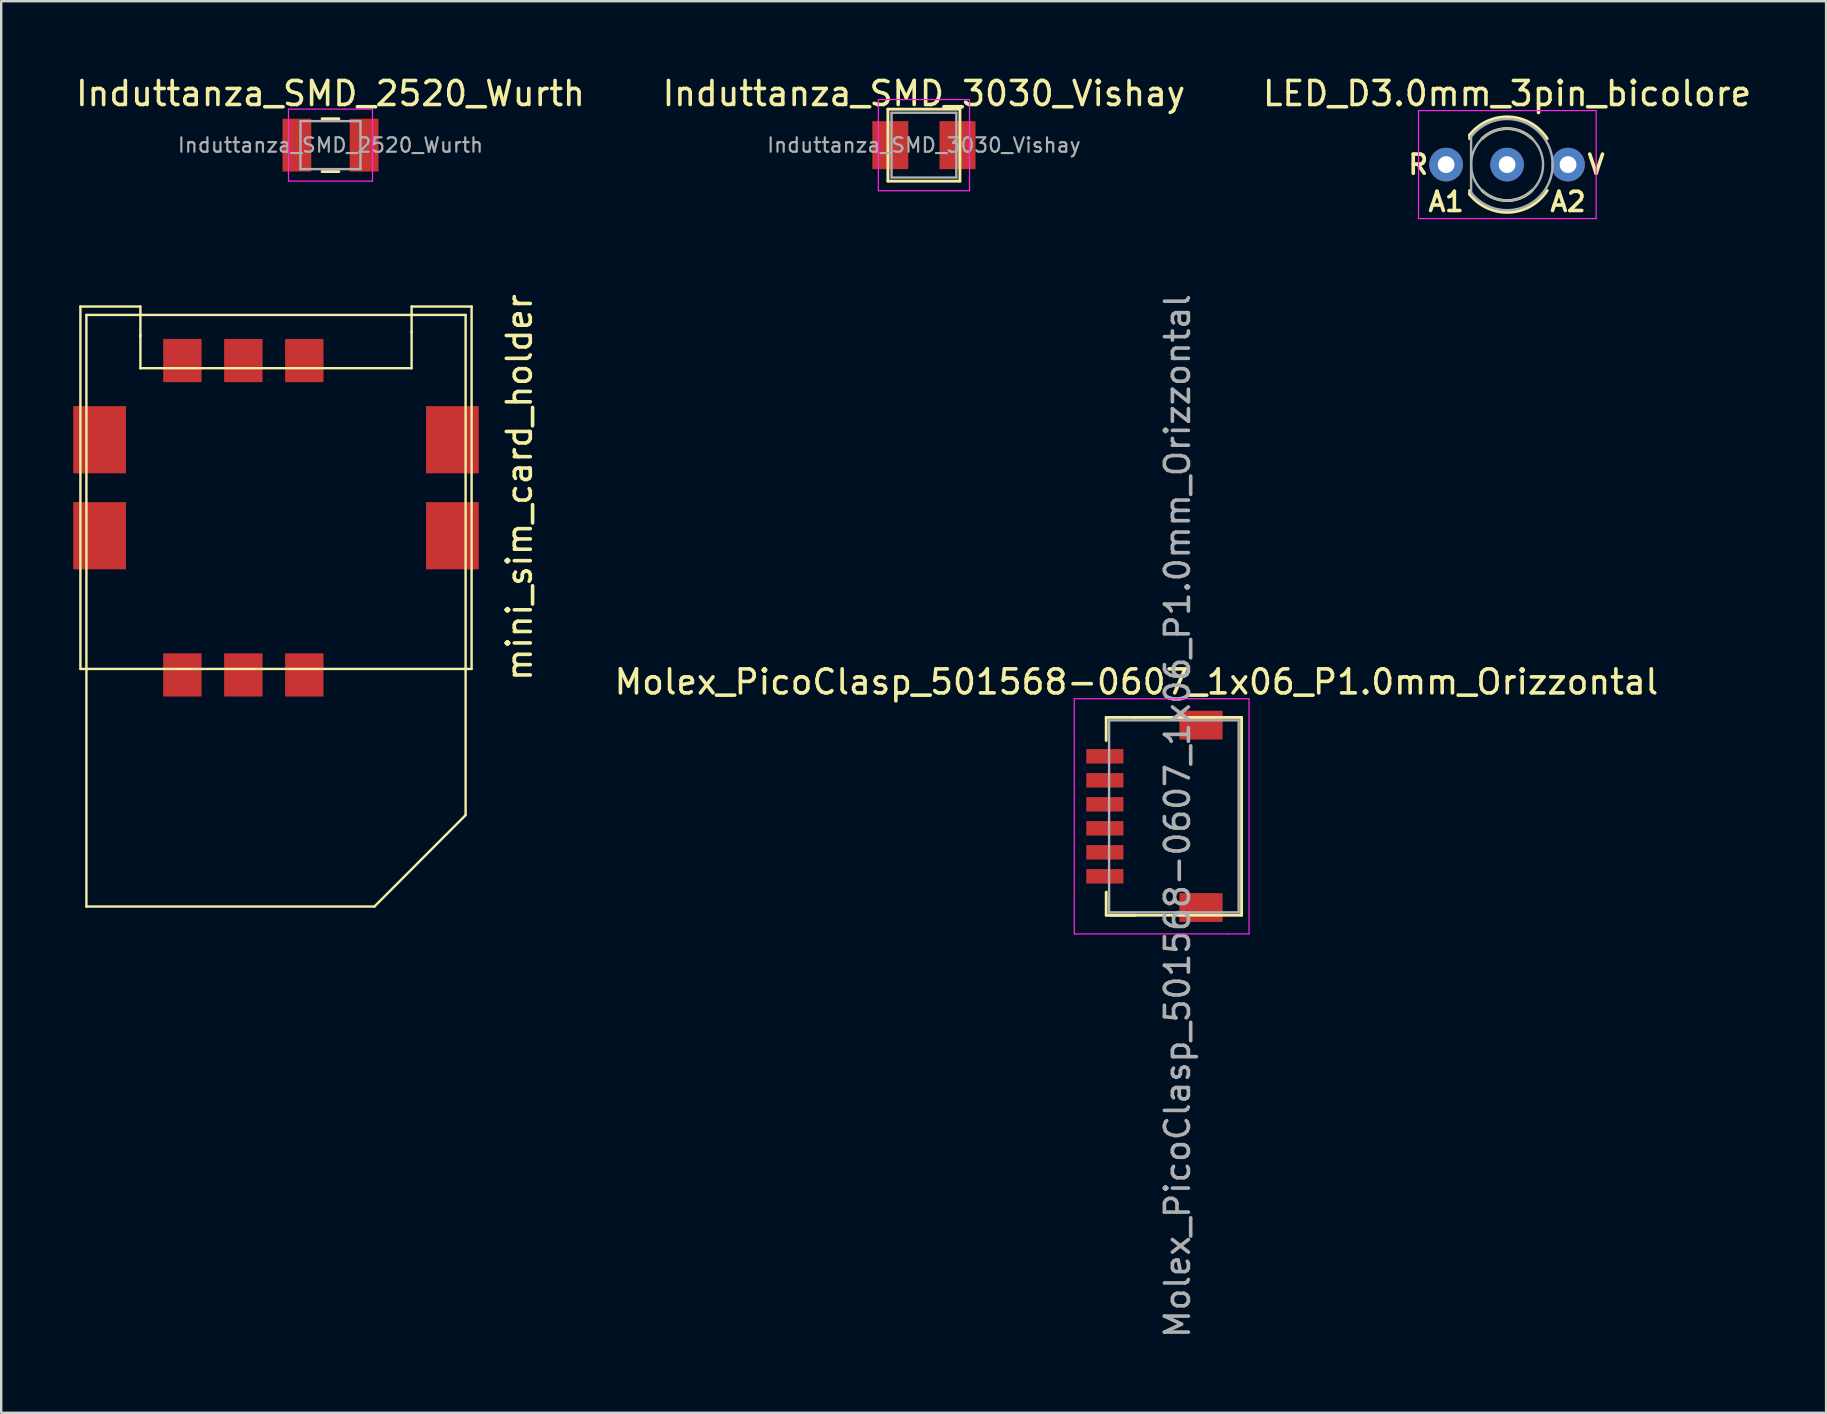
<source format=kicad_pcb>
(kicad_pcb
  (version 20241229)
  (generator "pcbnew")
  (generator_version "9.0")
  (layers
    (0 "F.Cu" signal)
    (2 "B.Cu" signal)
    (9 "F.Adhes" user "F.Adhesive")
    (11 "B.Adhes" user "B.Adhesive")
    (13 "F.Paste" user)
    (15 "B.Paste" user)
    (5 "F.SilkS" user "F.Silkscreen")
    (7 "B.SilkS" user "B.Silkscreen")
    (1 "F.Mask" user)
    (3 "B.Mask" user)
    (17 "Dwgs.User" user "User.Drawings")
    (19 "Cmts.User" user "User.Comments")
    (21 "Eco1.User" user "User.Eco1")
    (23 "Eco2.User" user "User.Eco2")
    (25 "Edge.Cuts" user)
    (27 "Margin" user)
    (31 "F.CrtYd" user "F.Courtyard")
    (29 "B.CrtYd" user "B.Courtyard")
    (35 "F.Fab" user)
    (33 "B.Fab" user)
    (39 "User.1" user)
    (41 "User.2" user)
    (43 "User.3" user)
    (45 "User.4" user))
  (footprint "Molex_PicoClasp_501568-0607_1x06_P1.0mm_Orizzontal"
    (layer "F.Cu")
    (at 42.991 30.963)
    (property "Reference" "Molex_PicoClasp_501568-0607_1x06_P1.0mm_Orizzontal" (at 1.31 -5.6 0) (layer "F.SilkS") (effects (font (size 1 1) (thickness 0.15))))
    (attr smd)
    (fp_line (start 0.05 -4.12) (end 1.26 -4.12) (stroke (width 0.12) (type solid)) (layer "F.SilkS"))
    (fp_line (start 0.05 -3.16) (end 0.05 -4.12) (stroke (width 0.12) (type solid)) (layer "F.SilkS"))
    (fp_line (start 0.05 3.16) (end 0.05 4.12) (stroke (width 0.12) (type solid)) (layer "F.SilkS"))
    (fp_line (start 0.05 4.12) (end 1.26 4.12) (stroke (width 0.12) (type solid)) (layer "F.SilkS"))
    (fp_line (start 1.26 -4.12) (end 5.67 -4.12) (stroke (width 0.12) (type solid)) (layer "F.SilkS"))
    (fp_line (start 5.67 -4.12) (end 5.69 -4.12) (stroke (width 0.12) (type solid)) (layer "F.SilkS"))
    (fp_line (start 5.69 -4.12) (end 5.69 4.07) (stroke (width 0.12) (type solid)) (layer "F.SilkS"))
    (fp_line (start 5.69 4.07) (end 5.69 4.11) (stroke (width 0.12) (type solid)) (layer "F.SilkS"))
    (fp_line (start 5.69 4.11) (end 5.69 4.12) (stroke (width 0.12) (type solid)) (layer "F.SilkS"))
    (fp_line (start 5.69 4.12) (end 0.19 4.12) (stroke (width 0.12) (type solid)) (layer "F.SilkS"))
    (fp_line (start -1.28 -4.9) (end -1.28 4.9) (stroke (width 0.05) (type solid)) (layer "F.CrtYd"))
    (fp_line (start -1.28 4.9) (end 5.14 4.9) (stroke (width 0.05) (type solid)) (layer "F.CrtYd"))
    (fp_line (start 5.13 4.9) (end 6 4.9) (stroke (width 0.05) (type solid)) (layer "F.CrtYd"))
    (fp_line (start 5.14 -4.9) (end -1.28 -4.9) (stroke (width 0.05) (type solid)) (layer "F.CrtYd"))
    (fp_line (start 5.14 -4.9) (end 6 -4.9) (stroke (width 0.05) (type solid)) (layer "F.CrtYd"))
    (fp_line (start 6 4.9) (end 6 -4.9) (stroke (width 0.05) (type solid)) (layer "F.CrtYd"))
    (fp_line (start 0.17 -4) (end 5.57 -4) (stroke (width 0.1) (type solid)) (layer "F.Fab"))
    (fp_line (start 0.17 4) (end 0.17 -4) (stroke (width 0.1) (type solid)) (layer "F.Fab"))
    (fp_line (start 0.17 4) (end 5.57 4) (stroke (width 0.1) (type solid)) (layer "F.Fab"))
    (fp_line (start 5.57 4) (end 5.57 -4) (stroke (width 0.1) (type solid)) (layer "F.Fab"))
    (fp_text user "${REFERENCE}" (at 3.02 -0.01 90) (layer "F.Fab") (effects (font (size 1 1) (thickness 0.15))))
    (pad "" smd rect (at 4 -3.8) (size 1.8 1.2) (layers "F.Cu" "F.Mask" "F.Paste"))
    (pad "" smd rect (at 4 3.8) (size 1.8 1.2) (layers "F.Cu" "F.Mask" "F.Paste"))
    (pad "1" smd rect (at -0.005 -2.5) (size 1.55 0.6) (layers "F.Cu" "F.Mask" "F.Paste"))
    (pad "2" smd rect (at -0.005 -1.5) (size 1.55 0.6) (layers "F.Cu" "F.Mask" "F.Paste"))
    (pad "3" smd rect (at -0.005 -0.5) (size 1.55 0.6) (layers "F.Cu" "F.Mask" "F.Paste"))
    (pad "4" smd rect (at -0.005 0.5) (size 1.55 0.6) (layers "F.Cu" "F.Mask" "F.Paste"))
    (pad "5" smd rect (at -0.005 1.5) (size 1.55 0.6) (layers "F.Cu" "F.Mask" "F.Paste"))
    (pad "6" smd rect (at -0.005 2.5) (size 1.55 0.6) (layers "F.Cu" "F.Mask" "F.Paste")))
  (footprint "LED_D3.0mm_3pin_bicolore"
    (layer "F.Cu")
    (at 57.204 3.808)
    (property "Reference" "LED_D3.0mm_3pin_bicolore" (at 2.54 -2.96 0) (layer "F.SilkS") (effects (font (size 1 1) (thickness 0.15))))
    (attr through_hole)
    (fp_line (start 0.98 -1.236) (end 0.98 -1.08) (stroke (width 0.12) (type solid)) (layer "F.SilkS"))
    (fp_line (start 0.98 1.08) (end 0.98 1.236) (stroke (width 0.12) (type solid)) (layer "F.SilkS"))
    (fp_arc (start 0.98 -1.235516) (mid 2.636487 -1.987659) (end 4.212335 -1.078608) (stroke (width 0.12) (type solid)) (layer "F.SilkS"))
    (fp_arc (start 1.499039 -1.08) (mid 2.540117 -1.5) (end 3.58113 -1.079837) (stroke (width 0.12) (type solid)) (layer "F.SilkS"))
    (fp_arc (start 3.58113 1.079837) (mid 2.540117 1.5) (end 1.499039 1.08) (stroke (width 0.12) (type solid)) (layer "F.SilkS"))
    (fp_arc (start 4.212335 1.078608) (mid 2.636487 1.987659) (end 0.98 1.235516) (stroke (width 0.12) (type solid)) (layer "F.SilkS"))
    (fp_line (start -1.15 -2.25) (end -1.15 2.25) (stroke (width 0.05) (type solid)) (layer "F.CrtYd"))
    (fp_line (start -1.15 2.25) (end 6.25 2.25) (stroke (width 0.05) (type solid)) (layer "F.CrtYd"))
    (fp_line (start 6.25 -2.25) (end -1.15 -2.25) (stroke (width 0.05) (type solid)) (layer "F.CrtYd"))
    (fp_line (start 6.25 2.25) (end 6.25 -2.25) (stroke (width 0.05) (type solid)) (layer "F.CrtYd"))
    (fp_line (start 1.04 -1.166) (end 1.04 1.166) (stroke (width 0.1) (type solid)) (layer "F.Fab"))
    (fp_arc (start 1.04 -1.16619) (mid 4.44 0.000452) (end 1.039445 1.165476) (stroke (width 0.1) (type solid)) (layer "F.Fab"))
    (fp_circle (center 2.54 0) (end 4.04 0) (stroke (width 0.1) (type solid)) (fill no) (layer "F.Fab"))
    (fp_text user "V" (at 6.25 0 0) (layer "F.SilkS") (effects (font (size 0.8 0.8) (thickness 0.15))))
    (fp_text user "A1" (at 0 1.55 0) (layer "F.SilkS") (effects (font (size 0.8 0.8) (thickness 0.15))))
    (fp_text user "A2" (at 5.08 1.55 0) (layer "F.SilkS") (effects (font (size 0.8 0.8) (thickness 0.15))))
    (fp_text user "R" (at -1.16 0 0) (layer "F.SilkS") (effects (font (size 0.8 0.8) (thickness 0.15))))
    (pad "1" thru_hole oval (at 0 0) (size 1.4 1.4) (drill 0.7) (layers "*.Cu" "*.Mask"))
    (pad "2" thru_hole circle (at 5.08 0) (size 1.4 1.4) (drill 0.7) (layers "*.Cu" "*.Mask"))
    (pad "3" thru_hole circle (at 2.54 0) (size 1.4 1.4) (drill 0.7) (layers "*.Cu" "*.Mask")))
  (footprint "mini_sim_card_holder"
    (layer "F.Cu")
    (at 8.45 17.272)
    (property "Reference" "mini_sim_card_holder" (at 10.14 -0.01 90) (layer "F.SilkS") (effects (font (size 1 1) (thickness 0.15))))
    (attr smd)
    (fp_line (start -8.15 -7.55) (end -8.15 7.55) (stroke (width 0.1) (type solid)) (layer "F.SilkS"))
    (fp_line (start -8.15 -7.55) (end -5.65 -7.55) (stroke (width 0.1) (type solid)) (layer "F.SilkS"))
    (fp_line (start -7.9 -7.2) (end -7.9 17.45) (stroke (width 0.1) (type solid)) (layer "F.SilkS"))
    (fp_line (start -7.9 -7.2) (end 7.9 -7.2) (stroke (width 0.1) (type solid)) (layer "F.SilkS"))
    (fp_line (start -7.9 17.45) (end 4.1 17.45) (stroke (width 0.1) (type solid)) (layer "F.SilkS"))
    (fp_line (start -5.66 -4.98) (end 5.65 -4.98) (stroke (width 0.1) (type solid)) (layer "F.SilkS"))
    (fp_line (start -5.65 -7.55) (end -5.65 -6.3) (stroke (width 0.1) (type solid)) (layer "F.SilkS"))
    (fp_line (start -5.65 -6.36) (end -5.65 -4.98) (stroke (width 0.1) (type solid)) (layer "F.SilkS"))
    (fp_line (start 4.1 17.45) (end 7.9 13.64) (stroke (width 0.1) (type solid)) (layer "F.SilkS"))
    (fp_line (start 5.65 -7.55) (end 5.65 -6.49) (stroke (width 0.1) (type solid)) (layer "F.SilkS"))
    (fp_line (start 5.65 -4.98) (end 5.65 -6.5) (stroke (width 0.1) (type solid)) (layer "F.SilkS"))
    (fp_line (start 7.9 13.64) (end 7.9 -7.2) (stroke (width 0.1) (type solid)) (layer "F.SilkS"))
    (fp_line (start 8.15 -7.55) (end 5.65 -7.55) (stroke (width 0.1) (type solid)) (layer "F.SilkS"))
    (fp_line (start 8.15 -7.55) (end 8.15 7.55) (stroke (width 0.1) (type solid)) (layer "F.SilkS"))
    (fp_line (start 8.15 7.55) (end -8.15 7.55) (stroke (width 0.1) (type solid)) (layer "F.SilkS"))
    (pad "" smd rect (at -7.35 -2) (size 2.2 2.8) (layers "F.Cu" "F.Mask" "F.Paste"))
    (pad "" smd rect (at -7.35 2) (size 2.2 2.8) (layers "F.Cu" "F.Mask" "F.Paste"))
    (pad "" smd rect (at 7.35 -2) (size 2.2 2.8) (layers "F.Cu" "F.Mask" "F.Paste"))
    (pad "" smd rect (at 7.35 2) (size 2.2 2.8) (layers "F.Cu" "F.Mask" "F.Paste"))
    (pad "1" smd rect (at -3.9 -5.3) (size 1.6 1.8) (layers "F.Cu" "F.Mask" "F.Paste"))
    (pad "2" smd rect (at -1.36 -5.3) (size 1.6 1.8) (layers "F.Cu" "F.Mask" "F.Paste"))
    (pad "3" smd rect (at 1.18 -5.3) (size 1.6 1.8) (layers "F.Cu" "F.Mask" "F.Paste"))
    (pad "4" smd rect (at -3.9 7.8) (size 1.6 1.8) (layers "F.Cu" "F.Mask" "F.Paste"))
    (pad "5" smd rect (at -1.36 7.8) (size 1.6 1.8) (layers "F.Cu" "F.Mask" "F.Paste"))
    (pad "6" smd rect (at 1.18 7.8) (size 1.6 1.8) (layers "F.Cu" "F.Mask" "F.Paste")))
  (footprint "Induttanza_SMD_2520_Wurth"
    (layer "F.Cu")
    (at 10.72 2.998)
    (property "Reference" "Induttanza_SMD_2520_Wurth" (at 0 -2.15 0) (layer "F.SilkS") (effects (font (size 1 1) (thickness 0.15))))
    (attr smd)
    (fp_line (start -0.35 -1.1) (end 0.35 -1.1) (stroke (width 0.12) (type solid)) (layer "F.SilkS"))
    (fp_line (start -0.35 1.1) (end 0.35 1.1) (stroke (width 0.12) (type solid)) (layer "F.SilkS"))
    (fp_line (start -1.75 -1.5) (end -1.75 1.5) (stroke (width 0.05) (type solid)) (layer "F.CrtYd"))
    (fp_line (start -1.75 1.5) (end 1.75 1.5) (stroke (width 0.05) (type solid)) (layer "F.CrtYd"))
    (fp_line (start 1.75 -1.5) (end -1.75 -1.5) (stroke (width 0.05) (type solid)) (layer "F.CrtYd"))
    (fp_line (start 1.75 1.5) (end 1.75 -1.5) (stroke (width 0.05) (type solid)) (layer "F.CrtYd"))
    (fp_line (start -1.25 -1) (end -1.25 1) (stroke (width 0.1) (type solid)) (layer "F.Fab"))
    (fp_line (start -1.25 1) (end 1.25 1) (stroke (width 0.1) (type solid)) (layer "F.Fab"))
    (fp_line (start 1.25 -1) (end -1.25 -1) (stroke (width 0.1) (type solid)) (layer "F.Fab"))
    (fp_line (start 1.25 1) (end 1.25 -1) (stroke (width 0.1) (type solid)) (layer "F.Fab"))
    (fp_text user "${REFERENCE}" (at 0 0 0) (layer "F.Fab") (effects (font (size 0.6 0.6) (thickness 0.09))))
    (pad "1" smd rect (at -1.4 0) (size 1.2 2.2) (layers "F.Cu" "F.Mask" "F.Paste"))
    (pad "2" smd rect (at 1.4 0) (size 1.2 2.2) (layers "F.Cu" "F.Mask" "F.Paste")))
  (footprint "Induttanza_SMD_3030_Vishay"
    (layer "F.Cu")
    (at 35.446 2.998)
    (property "Reference" "Induttanza_SMD_3030_Vishay" (at 0 -2.15 0) (layer "F.SilkS") (effects (font (size 1 1) (thickness 0.15))))
    (attr smd)
    (fp_line (start -1.5 -1.5) (end -1.5 1.5) (stroke (width 0.12) (type solid)) (layer "F.SilkS"))
    (fp_line (start -1.5 1.5) (end 1.5 1.5) (stroke (width 0.12) (type solid)) (layer "F.SilkS"))
    (fp_line (start 1.5 -1.5) (end -1.5 -1.5) (stroke (width 0.12) (type solid)) (layer "F.SilkS"))
    (fp_line (start 1.5 1.5) (end 1.5 -1.5) (stroke (width 0.12) (type solid)) (layer "F.SilkS"))
    (fp_line (start -1.9 -1.9) (end -1.9 1.9) (stroke (width 0.05) (type solid)) (layer "F.CrtYd"))
    (fp_line (start -1.9 1.9) (end 1.9 1.9) (stroke (width 0.05) (type solid)) (layer "F.CrtYd"))
    (fp_line (start 1.9 -1.9) (end -1.9 -1.9) (stroke (width 0.05) (type solid)) (layer "F.CrtYd"))
    (fp_line (start 1.9 1.9) (end 1.9 -1.9) (stroke (width 0.05) (type solid)) (layer "F.CrtYd"))
    (fp_line (start -1.35 -1.35) (end -1.35 1.35) (stroke (width 0.1) (type solid)) (layer "F.Fab"))
    (fp_line (start -1.35 1.35) (end 1.35 1.35) (stroke (width 0.1) (type solid)) (layer "F.Fab"))
    (fp_line (start 1.35 -1.35) (end -1.35 -1.35) (stroke (width 0.1) (type solid)) (layer "F.Fab"))
    (fp_line (start 1.35 1.35) (end 1.35 -1.35) (stroke (width 0.1) (type solid)) (layer "F.Fab"))
    (fp_text user "${REFERENCE}" (at 0 0 0) (layer "F.Fab") (effects (font (size 0.6 0.6) (thickness 0.09))))
    (pad "1" smd rect (at -1.4 0) (size 1.5 2) (layers "F.Cu" "F.Mask" "F.Paste"))
    (pad "2" smd rect (at 1.4 0) (size 1.5 2) (layers "F.Cu" "F.Mask" "F.Paste")))
  (gr_rect
    (start -3 -3)
    (end 73.036 55.816)
    (stroke (width 0.1) (type default))
    (fill no)
    (layer "Edge.Cuts")))
</source>
